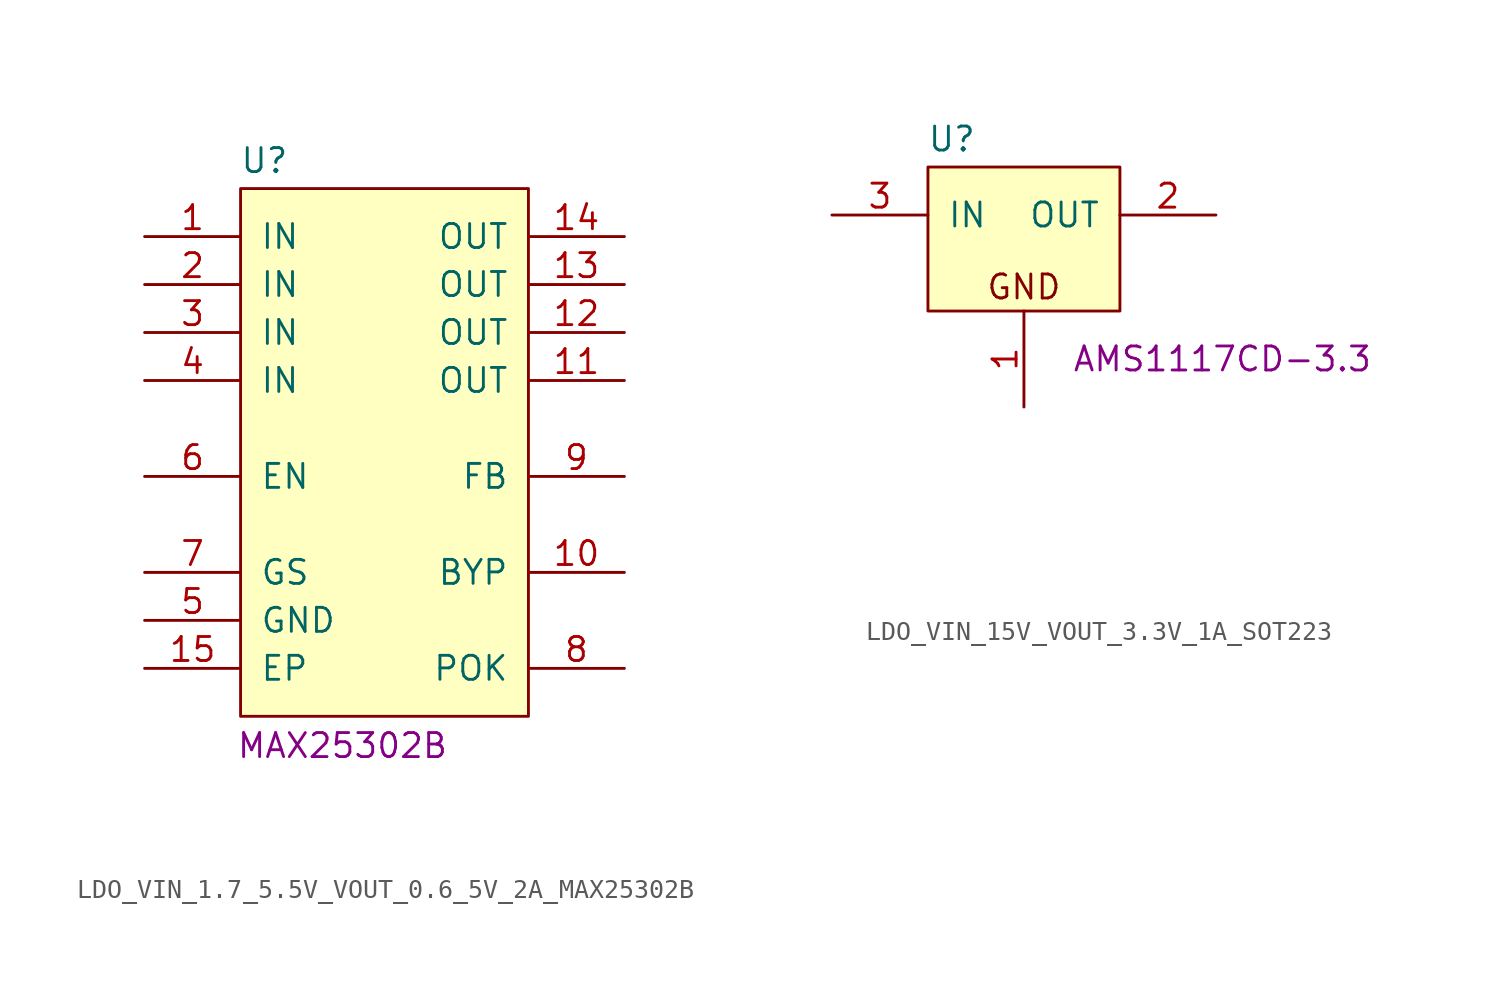
<source format=kicad_sym>
(kicad_symbol_lib
  (version 20211014)
  (generator kicad_symbol_editor)
  (symbol "LDO_VIN_1.7_5.5V_VOUT_0.6_5V_2A_MAX25302B"
    (pin_names
      (offset 1.016))
    (property "Reference" "U"
      (at -7.668 16.719 0)
      (effects (font (size 1.27 1.27)) (justify left)))
    (property "Displayed Value" "MAX25302B"
      (at -7.861 -14.251 0)
      (effects (font (size 1.27 1.27)) (justify left)))
    (property "Voltage" ""
      (at 1.905 -17.145 0)
      (effects (font (size 1.27 1.27)) (justify left)))
    (symbol "LDO_VIN_1.7_5.5V_VOUT_0.6_5V_2A_MAX25302B_0_1"
      (rectangle (start -7.62 15.24) (end 7.62 -12.7) (stroke (width 0.152) (type default) (color 0 0 0 0)) (fill (type background))))
    (symbol "LDO_VIN_1.7_5.5V_VOUT_0.6_5V_2A_MAX25302B_1_1"
      (pin power_in line (at -12.7 12.7 0) (length 5.08) (name "IN" (effects (font (size 1.27 1.27)))) (number "1" (effects (font (size 1.27 1.27)))))
      (pin passive line (at 12.7 -5.08 180) (length 5.08) (name "BYP" (effects (font (size 1.27 1.27)))) (number "10" (effects (font (size 1.27 1.27)))))
      (pin power_out line (at 12.7 5.08 180) (length 5.08) (name "OUT" (effects (font (size 1.27 1.27)))) (number "11" (effects (font (size 1.27 1.27)))))
      (pin power_out line (at 12.7 7.62 180) (length 5.08) (name "OUT" (effects (font (size 1.27 1.27)))) (number "12" (effects (font (size 1.27 1.27)))))
      (pin power_out line (at 12.7 10.16 180) (length 5.08) (name "OUT" (effects (font (size 1.27 1.27)))) (number "13" (effects (font (size 1.27 1.27)))))
      (pin power_out line (at 12.7 12.7 180) (length 5.08) (name "OUT" (effects (font (size 1.27 1.27)))) (number "14" (effects (font (size 1.27 1.27)))))
      (pin power_in line (at -12.7 -10.16 0) (length 5.08) (name "EP" (effects (font (size 1.27 1.27)))) (number "15" (effects (font (size 1.27 1.27)))))
      (pin power_in line (at -12.7 10.16 0) (length 5.08) (name "IN" (effects (font (size 1.27 1.27)))) (number "2" (effects (font (size 1.27 1.27)))))
      (pin power_in line (at -12.7 7.62 0) (length 5.08) (name "IN" (effects (font (size 1.27 1.27)))) (number "3" (effects (font (size 1.27 1.27)))))
      (pin power_in line (at -12.7 5.08 0) (length 5.08) (name "IN" (effects (font (size 1.27 1.27)))) (number "4" (effects (font (size 1.27 1.27)))))
      (pin power_in line (at -12.7 -7.62 0) (length 5.08) (name "GND" (effects (font (size 1.27 1.27)))) (number "5" (effects (font (size 1.27 1.27)))))
      (pin input line (at -12.7 0 0) (length 5.08) (name "EN" (effects (font (size 1.27 1.27)))) (number "6" (effects (font (size 1.27 1.27)))))
      (pin input line (at -12.7 -5.08 0) (length 5.08) (name "GS" (effects (font (size 1.27 1.27)))) (number "7" (effects (font (size 1.27 1.27)))))
      (pin output line (at 12.7 -10.16 180) (length 5.08) (name "POK" (effects (font (size 1.27 1.27)))) (number "8" (effects (font (size 1.27 1.27)))))
      (pin input line (at 12.7 0 180) (length 5.08) (name "FB" (effects (font (size 1.27 1.27)))) (number "9" (effects (font (size 1.27 1.27)))))))
  (symbol "LDO_VIN_15V_VOUT_3.3V_1A_SOT223"
    (pin_names
      (offset 1.016))
    (property "Reference" "U"
      (at -5.128 5.289 0)
      (effects (font (size 1.27 1.27)) (justify left)))
    (property "Displayed Value" "AMS1117CD-3.3"
      (at 2.54 -6.35 0)
      (effects (font (size 1.27 1.27)) (justify left)))
    (property "Voltage" ""
      (at 1.905 -17.145 0)
      (effects (font (size 1.27 1.27)) (justify left)))
    (symbol "LDO_VIN_15V_VOUT_3.3V_1A_SOT223_0_0"
      (text "GND" (at 0 -2.54 0) (effects (font (size 1.27 1.27)))))
    (symbol "LDO_VIN_15V_VOUT_3.3V_1A_SOT223_0_1"
      (rectangle (start -5.08 3.81) (end 5.08 -3.81) (stroke (width 0.152) (type default) (color 0 0 0 0)) (fill (type background))))
    (symbol "LDO_VIN_15V_VOUT_3.3V_1A_SOT223_1_1"
      (pin power_in line (at 0 -8.89 90) (length 5.08) (name "~" (effects (font (size 1.27 1.27)))) (number "1" (effects (font (size 1.27 1.27)))))
      (pin power_out line (at 10.16 1.27 180) (length 5.08) (name "OUT" (effects (font (size 1.27 1.27)))) (number "2" (effects (font (size 1.27 1.27)))))
      (pin power_in line (at -10.16 1.27 0) (length 5.08) (name "IN" (effects (font (size 1.27 1.27)))) (number "3" (effects (font (size 1.27 1.27))))))))
</source>
